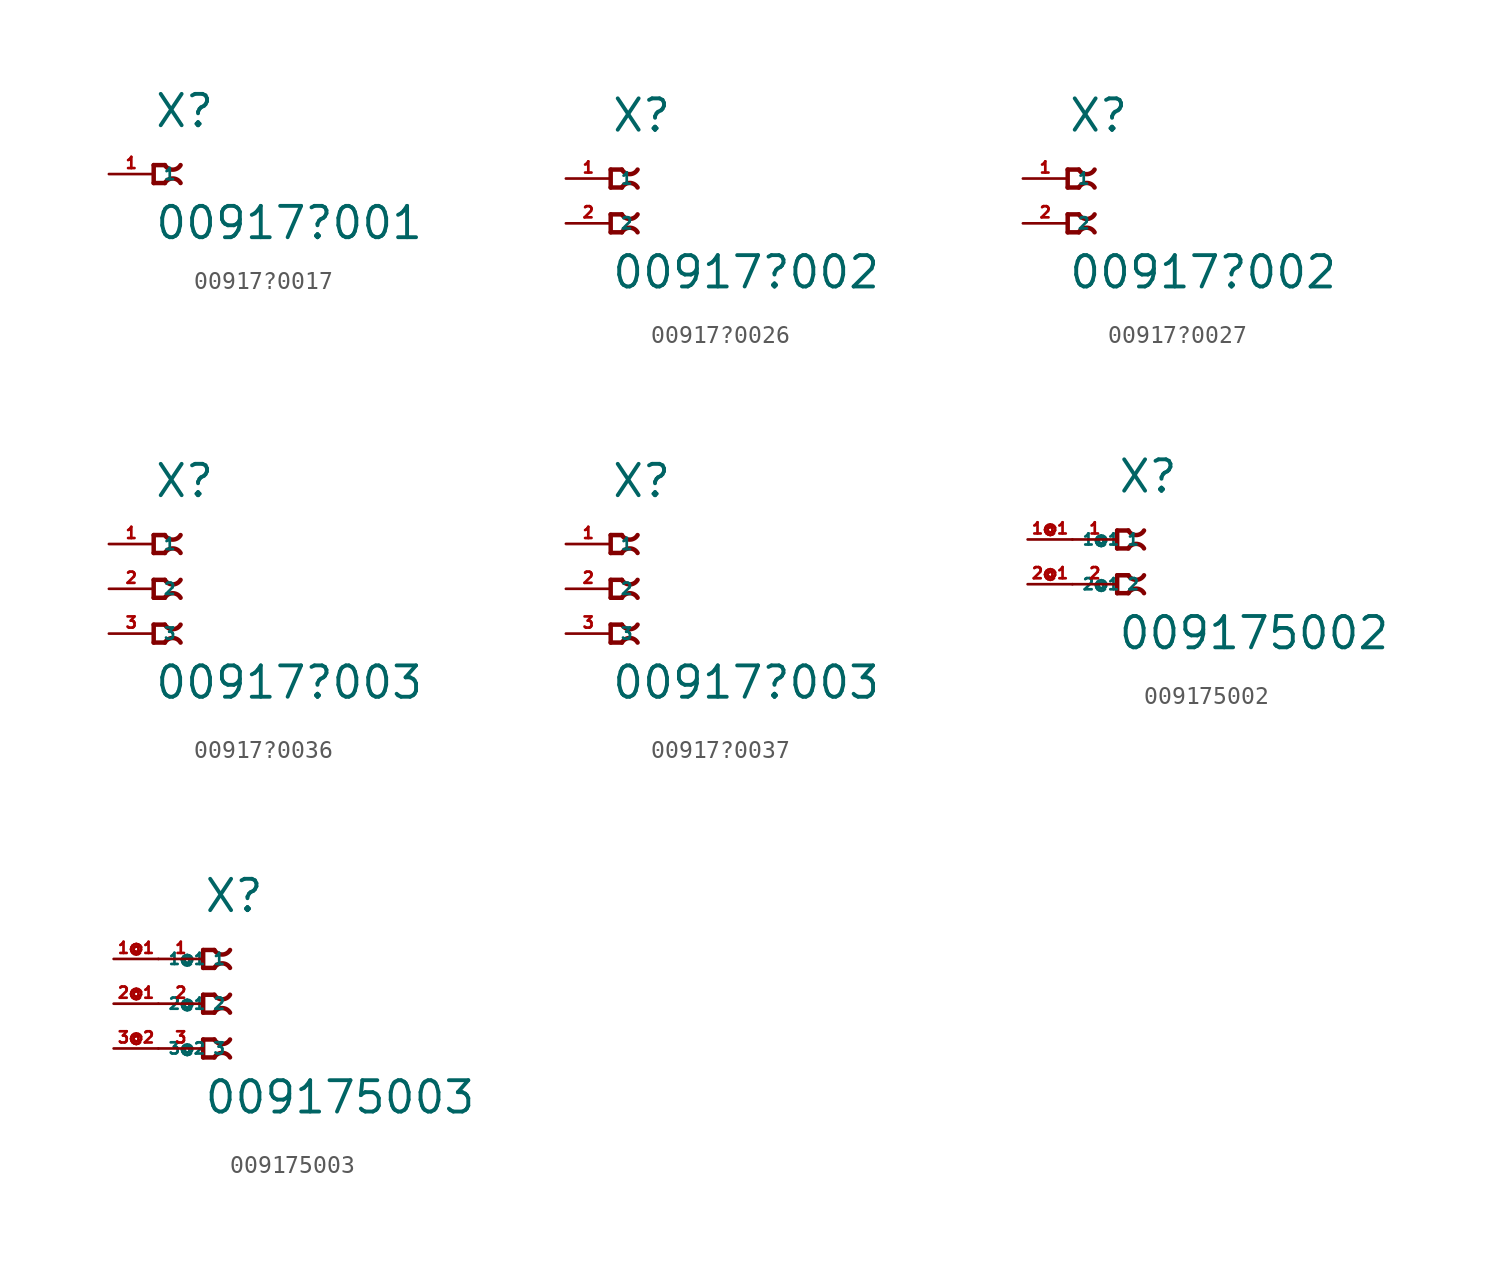
<source format=kicad_sym>
(kicad_symbol_lib
  (version 20220914)
  (generator Eagle2Kicad)
  (symbol "00917?0017"
    (property "Reference" "X"
      (at 0 2.54 0)
      (effects (font (size 1.778 1.778) (thickness 0.22)) (justify left bottom)))
    (property "Value" "00917?001"
      (at 0 -3.81 0)
      (effects (font (size 1.778 1.778) (thickness 0.22)) (justify left bottom)))
    (polyline
      (pts (xy 0.635 0.508) (xy 0 0.508))
      (stroke (width 0.254) (type default))
      (fill (type none)))
    (polyline
      (pts (xy 0 0.508) (xy 0 -0.508))
      (stroke (width 0.254) (type default))
      (fill (type none)))
    (polyline
      (pts (xy 0 -0.508) (xy 0.635 -0.508))
      (stroke (width 0.254) (type default))
      (fill (type none)))
    (arc
      (start 1.524 -0.508)
      (mid 1.080 -0.250)
      (end 0.635 -0.508)
      (stroke (width 0.254) (type default))
      (fill (type none)))
    (arc
      (start 0.635 0.508)
      (mid 1.080 0.250)
      (end 1.524 0.508)
      (stroke (width 0.254) (type default))
      (fill (type none)))
    (pin passive line
      (at -2.54 0 0)
      (length 2.54)
      (name "1" (effects (font (size 0.635 0.635) (thickness 0.08)) (justify left bottom)))
      (number "1" (effects (font (size 0.635 0.635) (thickness 0.08)) (justify left bottom)))))
  (symbol "00917?0026"
    (property "Reference" "X"
      (at 0 2.54 0)
      (effects (font (size 1.778 1.778) (thickness 0.22)) (justify left bottom)))
    (property "Value" "00917?002"
      (at 0 -6.35 0)
      (effects (font (size 1.778 1.778) (thickness 0.22)) (justify left bottom)))
    (polyline
      (pts (xy 0.635 0.508) (xy 0 0.508))
      (stroke (width 0.254) (type default))
      (fill (type none)))
    (polyline
      (pts (xy 0 0.508) (xy 0 -0.508))
      (stroke (width 0.254) (type default))
      (fill (type none)))
    (polyline
      (pts (xy 0 -0.508) (xy 0.635 -0.508))
      (stroke (width 0.254) (type default))
      (fill (type none)))
    (arc
      (start 1.524 -0.508)
      (mid 1.080 -0.250)
      (end 0.635 -0.508)
      (stroke (width 0.254) (type default))
      (fill (type none)))
    (arc
      (start 0.635 0.508)
      (mid 1.080 0.250)
      (end 1.524 0.508)
      (stroke (width 0.254) (type default))
      (fill (type none)))
    (polyline
      (pts (xy 0.635 -2.032) (xy 0 -2.032))
      (stroke (width 0.254) (type default))
      (fill (type none)))
    (polyline
      (pts (xy 0 -2.032) (xy 0 -3.048))
      (stroke (width 0.254) (type default))
      (fill (type none)))
    (polyline
      (pts (xy 0 -3.048) (xy 0.635 -3.048))
      (stroke (width 0.254) (type default))
      (fill (type none)))
    (arc
      (start 1.524 -3.048)
      (mid 1.080 -2.790)
      (end 0.635 -3.048)
      (stroke (width 0.254) (type default))
      (fill (type none)))
    (arc
      (start 0.635 -2.032)
      (mid 1.080 -2.290)
      (end 1.524 -2.032)
      (stroke (width 0.254) (type default))
      (fill (type none)))
    (pin passive line
      (at -2.54 0 0)
      (length 2.54)
      (name "1" (effects (font (size 0.635 0.635) (thickness 0.08)) (justify left bottom)))
      (number "1" (effects (font (size 0.635 0.635) (thickness 0.08)) (justify left bottom))))
    (pin passive line
      (at -2.54 -2.54 0)
      (length 2.54)
      (name "2" (effects (font (size 0.635 0.635) (thickness 0.08)) (justify left bottom)))
      (number "2" (effects (font (size 0.635 0.635) (thickness 0.08)) (justify left bottom)))))
  (symbol "00917?0027"
    (property "Reference" "X"
      (at 0 2.54 0)
      (effects (font (size 1.778 1.778) (thickness 0.22)) (justify left bottom)))
    (property "Value" "00917?002"
      (at 0 -6.35 0)
      (effects (font (size 1.778 1.778) (thickness 0.22)) (justify left bottom)))
    (polyline
      (pts (xy 0.635 0.508) (xy 0 0.508))
      (stroke (width 0.254) (type default))
      (fill (type none)))
    (polyline
      (pts (xy 0 0.508) (xy 0 -0.508))
      (stroke (width 0.254) (type default))
      (fill (type none)))
    (polyline
      (pts (xy 0 -0.508) (xy 0.635 -0.508))
      (stroke (width 0.254) (type default))
      (fill (type none)))
    (arc
      (start 1.524 -0.508)
      (mid 1.080 -0.250)
      (end 0.635 -0.508)
      (stroke (width 0.254) (type default))
      (fill (type none)))
    (arc
      (start 0.635 0.508)
      (mid 1.080 0.250)
      (end 1.524 0.508)
      (stroke (width 0.254) (type default))
      (fill (type none)))
    (polyline
      (pts (xy 0.635 -2.032) (xy 0 -2.032))
      (stroke (width 0.254) (type default))
      (fill (type none)))
    (polyline
      (pts (xy 0 -2.032) (xy 0 -3.048))
      (stroke (width 0.254) (type default))
      (fill (type none)))
    (polyline
      (pts (xy 0 -3.048) (xy 0.635 -3.048))
      (stroke (width 0.254) (type default))
      (fill (type none)))
    (arc
      (start 1.524 -3.048)
      (mid 1.080 -2.790)
      (end 0.635 -3.048)
      (stroke (width 0.254) (type default))
      (fill (type none)))
    (arc
      (start 0.635 -2.032)
      (mid 1.080 -2.290)
      (end 1.524 -2.032)
      (stroke (width 0.254) (type default))
      (fill (type none)))
    (pin passive line
      (at -2.54 0 0)
      (length 2.54)
      (name "1" (effects (font (size 0.635 0.635) (thickness 0.08)) (justify left bottom)))
      (number "1" (effects (font (size 0.635 0.635) (thickness 0.08)) (justify left bottom))))
    (pin passive line
      (at -2.54 -2.54 0)
      (length 2.54)
      (name "2" (effects (font (size 0.635 0.635) (thickness 0.08)) (justify left bottom)))
      (number "2" (effects (font (size 0.635 0.635) (thickness 0.08)) (justify left bottom)))))
  (symbol "00917?0036"
    (property "Reference" "X"
      (at 0 2.54 0)
      (effects (font (size 1.778 1.778) (thickness 0.22)) (justify left bottom)))
    (property "Value" "00917?003"
      (at 0 -8.89 0)
      (effects (font (size 1.778 1.778) (thickness 0.22)) (justify left bottom)))
    (polyline
      (pts (xy 0.635 0.508) (xy 0 0.508))
      (stroke (width 0.254) (type default))
      (fill (type none)))
    (polyline
      (pts (xy 0 0.508) (xy 0 -0.508))
      (stroke (width 0.254) (type default))
      (fill (type none)))
    (polyline
      (pts (xy 0 -0.508) (xy 0.635 -0.508))
      (stroke (width 0.254) (type default))
      (fill (type none)))
    (arc
      (start 1.524 -0.508)
      (mid 1.080 -0.250)
      (end 0.635 -0.508)
      (stroke (width 0.254) (type default))
      (fill (type none)))
    (arc
      (start 0.635 0.508)
      (mid 1.080 0.250)
      (end 1.524 0.508)
      (stroke (width 0.254) (type default))
      (fill (type none)))
    (polyline
      (pts (xy 0.635 -2.032) (xy 0 -2.032))
      (stroke (width 0.254) (type default))
      (fill (type none)))
    (polyline
      (pts (xy 0 -2.032) (xy 0 -3.048))
      (stroke (width 0.254) (type default))
      (fill (type none)))
    (polyline
      (pts (xy 0 -3.048) (xy 0.635 -3.048))
      (stroke (width 0.254) (type default))
      (fill (type none)))
    (arc
      (start 1.524 -3.048)
      (mid 1.080 -2.790)
      (end 0.635 -3.048)
      (stroke (width 0.254) (type default))
      (fill (type none)))
    (arc
      (start 0.635 -2.032)
      (mid 1.080 -2.290)
      (end 1.524 -2.032)
      (stroke (width 0.254) (type default))
      (fill (type none)))
    (polyline
      (pts (xy 0.635 -4.572) (xy 0 -4.572))
      (stroke (width 0.254) (type default))
      (fill (type none)))
    (polyline
      (pts (xy 0 -4.572) (xy 0 -5.588))
      (stroke (width 0.254) (type default))
      (fill (type none)))
    (polyline
      (pts (xy 0 -5.588) (xy 0.635 -5.588))
      (stroke (width 0.254) (type default))
      (fill (type none)))
    (arc
      (start 1.524 -5.588)
      (mid 1.080 -5.330)
      (end 0.635 -5.588)
      (stroke (width 0.254) (type default))
      (fill (type none)))
    (arc
      (start 0.635 -4.572)
      (mid 1.080 -4.830)
      (end 1.524 -4.572)
      (stroke (width 0.254) (type default))
      (fill (type none)))
    (pin passive line
      (at -2.54 0 0)
      (length 2.54)
      (name "1" (effects (font (size 0.635 0.635) (thickness 0.08)) (justify left bottom)))
      (number "1" (effects (font (size 0.635 0.635) (thickness 0.08)) (justify left bottom))))
    (pin passive line
      (at -2.54 -2.54 0)
      (length 2.54)
      (name "2" (effects (font (size 0.635 0.635) (thickness 0.08)) (justify left bottom)))
      (number "2" (effects (font (size 0.635 0.635) (thickness 0.08)) (justify left bottom))))
    (pin passive line
      (at -2.54 -5.08 0)
      (length 2.54)
      (name "3" (effects (font (size 0.635 0.635) (thickness 0.08)) (justify left bottom)))
      (number "3" (effects (font (size 0.635 0.635) (thickness 0.08)) (justify left bottom)))))
  (symbol "00917?0037"
    (property "Reference" "X"
      (at 0 2.54 0)
      (effects (font (size 1.778 1.778) (thickness 0.22)) (justify left bottom)))
    (property "Value" "00917?003"
      (at 0 -8.89 0)
      (effects (font (size 1.778 1.778) (thickness 0.22)) (justify left bottom)))
    (polyline
      (pts (xy 0.635 0.508) (xy 0 0.508))
      (stroke (width 0.254) (type default))
      (fill (type none)))
    (polyline
      (pts (xy 0 0.508) (xy 0 -0.508))
      (stroke (width 0.254) (type default))
      (fill (type none)))
    (polyline
      (pts (xy 0 -0.508) (xy 0.635 -0.508))
      (stroke (width 0.254) (type default))
      (fill (type none)))
    (arc
      (start 1.524 -0.508)
      (mid 1.080 -0.250)
      (end 0.635 -0.508)
      (stroke (width 0.254) (type default))
      (fill (type none)))
    (arc
      (start 0.635 0.508)
      (mid 1.080 0.250)
      (end 1.524 0.508)
      (stroke (width 0.254) (type default))
      (fill (type none)))
    (polyline
      (pts (xy 0.635 -2.032) (xy 0 -2.032))
      (stroke (width 0.254) (type default))
      (fill (type none)))
    (polyline
      (pts (xy 0 -2.032) (xy 0 -3.048))
      (stroke (width 0.254) (type default))
      (fill (type none)))
    (polyline
      (pts (xy 0 -3.048) (xy 0.635 -3.048))
      (stroke (width 0.254) (type default))
      (fill (type none)))
    (arc
      (start 1.524 -3.048)
      (mid 1.080 -2.790)
      (end 0.635 -3.048)
      (stroke (width 0.254) (type default))
      (fill (type none)))
    (arc
      (start 0.635 -2.032)
      (mid 1.080 -2.290)
      (end 1.524 -2.032)
      (stroke (width 0.254) (type default))
      (fill (type none)))
    (polyline
      (pts (xy 0.635 -4.572) (xy 0 -4.572))
      (stroke (width 0.254) (type default))
      (fill (type none)))
    (polyline
      (pts (xy 0 -4.572) (xy 0 -5.588))
      (stroke (width 0.254) (type default))
      (fill (type none)))
    (polyline
      (pts (xy 0 -5.588) (xy 0.635 -5.588))
      (stroke (width 0.254) (type default))
      (fill (type none)))
    (arc
      (start 1.524 -5.588)
      (mid 1.080 -5.330)
      (end 0.635 -5.588)
      (stroke (width 0.254) (type default))
      (fill (type none)))
    (arc
      (start 0.635 -4.572)
      (mid 1.080 -4.830)
      (end 1.524 -4.572)
      (stroke (width 0.254) (type default))
      (fill (type none)))
    (pin passive line
      (at -2.54 0 0)
      (length 2.54)
      (name "1" (effects (font (size 0.635 0.635) (thickness 0.08)) (justify left bottom)))
      (number "1" (effects (font (size 0.635 0.635) (thickness 0.08)) (justify left bottom))))
    (pin passive line
      (at -2.54 -2.54 0)
      (length 2.54)
      (name "2" (effects (font (size 0.635 0.635) (thickness 0.08)) (justify left bottom)))
      (number "2" (effects (font (size 0.635 0.635) (thickness 0.08)) (justify left bottom))))
    (pin passive line
      (at -2.54 -5.08 0)
      (length 2.54)
      (name "3" (effects (font (size 0.635 0.635) (thickness 0.08)) (justify left bottom)))
      (number "3" (effects (font (size 0.635 0.635) (thickness 0.08)) (justify left bottom)))))
  (symbol "009175002"
    (property "Reference" "X"
      (at 0 2.54 0)
      (effects (font (size 1.778 1.778) (thickness 0.22)) (justify left bottom)))
    (property "Value" "009175002"
      (at 0 -6.35 0)
      (effects (font (size 1.778 1.778) (thickness 0.22)) (justify left bottom)))
    (polyline
      (pts (xy 0.635 0.508) (xy 0 0.508))
      (stroke (width 0.254) (type default))
      (fill (type none)))
    (polyline
      (pts (xy 0 0.508) (xy 0 -0.508))
      (stroke (width 0.254) (type default))
      (fill (type none)))
    (polyline
      (pts (xy 0 -0.508) (xy 0.635 -0.508))
      (stroke (width 0.254) (type default))
      (fill (type none)))
    (arc
      (start 1.524 -0.508)
      (mid 1.080 -0.250)
      (end 0.635 -0.508)
      (stroke (width 0.254) (type default))
      (fill (type none)))
    (arc
      (start 0.635 0.508)
      (mid 1.080 0.250)
      (end 1.524 0.508)
      (stroke (width 0.254) (type default))
      (fill (type none)))
    (polyline
      (pts (xy 0.635 -2.032) (xy 0 -2.032))
      (stroke (width 0.254) (type default))
      (fill (type none)))
    (polyline
      (pts (xy 0 -2.032) (xy 0 -3.048))
      (stroke (width 0.254) (type default))
      (fill (type none)))
    (polyline
      (pts (xy 0 -3.048) (xy 0.635 -3.048))
      (stroke (width 0.254) (type default))
      (fill (type none)))
    (arc
      (start 1.524 -3.048)
      (mid 1.080 -2.790)
      (end 0.635 -3.048)
      (stroke (width 0.254) (type default))
      (fill (type none)))
    (arc
      (start 0.635 -2.032)
      (mid 1.080 -2.290)
      (end 1.524 -2.032)
      (stroke (width 0.254) (type default))
      (fill (type none)))
    (pin passive line
      (at -2.54 0 0)
      (length 2.54)
      (name "1" (effects (font (size 0.635 0.635) (thickness 0.08)) (justify left bottom)))
      (number "1" (effects (font (size 0.635 0.635) (thickness 0.08)) (justify left bottom))))
    (pin passive line
      (at -2.54 -2.54 0)
      (length 2.54)
      (name "2" (effects (font (size 0.635 0.635) (thickness 0.08)) (justify left bottom)))
      (number "2" (effects (font (size 0.635 0.635) (thickness 0.08)) (justify left bottom))))
    (pin passive line
      (at -5.08 0 0)
      (length 2.54)
      (name "1@1" (effects (font (size 0.635 0.635) (thickness 0.08)) (justify left bottom)))
      (number "1@1" (effects (font (size 0.635 0.635) (thickness 0.08)) (justify left bottom))))
    (pin passive line
      (at -5.08 -2.54 0)
      (length 2.54)
      (name "2@1" (effects (font (size 0.635 0.635) (thickness 0.08)) (justify left bottom)))
      (number "2@1" (effects (font (size 0.635 0.635) (thickness 0.08)) (justify left bottom)))))
  (symbol "009175003"
    (property "Reference" "X"
      (at 0 2.54 0)
      (effects (font (size 1.778 1.778) (thickness 0.22)) (justify left bottom)))
    (property "Value" "009175003"
      (at 0 -8.89 0)
      (effects (font (size 1.778 1.778) (thickness 0.22)) (justify left bottom)))
    (polyline
      (pts (xy 0.635 0.508) (xy 0 0.508))
      (stroke (width 0.254) (type default))
      (fill (type none)))
    (polyline
      (pts (xy 0 0.508) (xy 0 -0.508))
      (stroke (width 0.254) (type default))
      (fill (type none)))
    (polyline
      (pts (xy 0 -0.508) (xy 0.635 -0.508))
      (stroke (width 0.254) (type default))
      (fill (type none)))
    (arc
      (start 1.524 -0.508)
      (mid 1.080 -0.250)
      (end 0.635 -0.508)
      (stroke (width 0.254) (type default))
      (fill (type none)))
    (arc
      (start 0.635 0.508)
      (mid 1.080 0.250)
      (end 1.524 0.508)
      (stroke (width 0.254) (type default))
      (fill (type none)))
    (polyline
      (pts (xy 0.635 -2.032) (xy 0 -2.032))
      (stroke (width 0.254) (type default))
      (fill (type none)))
    (polyline
      (pts (xy 0 -2.032) (xy 0 -3.048))
      (stroke (width 0.254) (type default))
      (fill (type none)))
    (polyline
      (pts (xy 0 -3.048) (xy 0.635 -3.048))
      (stroke (width 0.254) (type default))
      (fill (type none)))
    (arc
      (start 1.524 -3.048)
      (mid 1.080 -2.790)
      (end 0.635 -3.048)
      (stroke (width 0.254) (type default))
      (fill (type none)))
    (arc
      (start 0.635 -2.032)
      (mid 1.080 -2.290)
      (end 1.524 -2.032)
      (stroke (width 0.254) (type default))
      (fill (type none)))
    (polyline
      (pts (xy 0.635 -4.572) (xy 0 -4.572))
      (stroke (width 0.254) (type default))
      (fill (type none)))
    (polyline
      (pts (xy 0 -4.572) (xy 0 -5.588))
      (stroke (width 0.254) (type default))
      (fill (type none)))
    (polyline
      (pts (xy 0 -5.588) (xy 0.635 -5.588))
      (stroke (width 0.254) (type default))
      (fill (type none)))
    (arc
      (start 1.524 -5.588)
      (mid 1.080 -5.330)
      (end 0.635 -5.588)
      (stroke (width 0.254) (type default))
      (fill (type none)))
    (arc
      (start 0.635 -4.572)
      (mid 1.080 -4.830)
      (end 1.524 -4.572)
      (stroke (width 0.254) (type default))
      (fill (type none)))
    (pin passive line
      (at -2.54 0 0)
      (length 2.54)
      (name "1" (effects (font (size 0.635 0.635) (thickness 0.08)) (justify left bottom)))
      (number "1" (effects (font (size 0.635 0.635) (thickness 0.08)) (justify left bottom))))
    (pin passive line
      (at -2.54 -2.54 0)
      (length 2.54)
      (name "2" (effects (font (size 0.635 0.635) (thickness 0.08)) (justify left bottom)))
      (number "2" (effects (font (size 0.635 0.635) (thickness 0.08)) (justify left bottom))))
    (pin passive line
      (at -2.54 -5.08 0)
      (length 2.54)
      (name "3" (effects (font (size 0.635 0.635) (thickness 0.08)) (justify left bottom)))
      (number "3" (effects (font (size 0.635 0.635) (thickness 0.08)) (justify left bottom))))
    (pin passive line
      (at -5.08 0 0)
      (length 2.54)
      (name "1@1" (effects (font (size 0.635 0.635) (thickness 0.08)) (justify left bottom)))
      (number "1@1" (effects (font (size 0.635 0.635) (thickness 0.08)) (justify left bottom))))
    (pin passive line
      (at -5.08 -2.54 0)
      (length 2.54)
      (name "2@1" (effects (font (size 0.635 0.635) (thickness 0.08)) (justify left bottom)))
      (number "2@1" (effects (font (size 0.635 0.635) (thickness 0.08)) (justify left bottom))))
    (pin passive line
      (at -5.08 -5.08 0)
      (length 2.54)
      (name "3@2" (effects (font (size 0.635 0.635) (thickness 0.08)) (justify left bottom)))
      (number "3@2" (effects (font (size 0.635 0.635) (thickness 0.08)) (justify left bottom))))))
</source>
